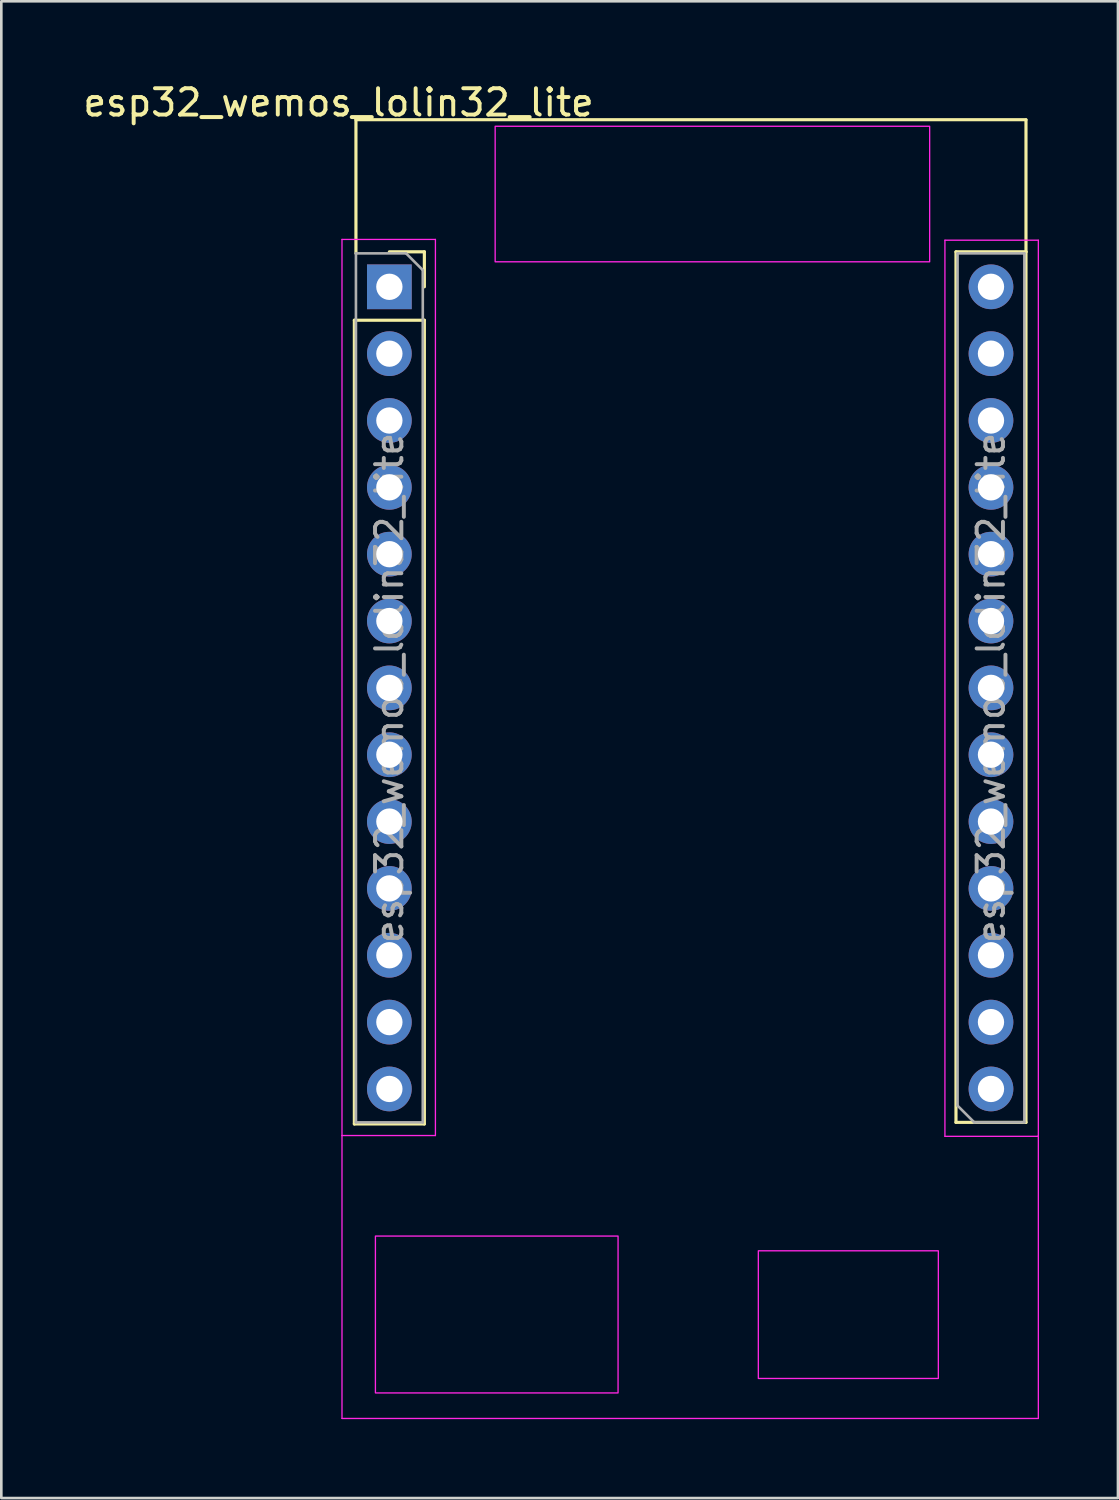
<source format=kicad_pcb>
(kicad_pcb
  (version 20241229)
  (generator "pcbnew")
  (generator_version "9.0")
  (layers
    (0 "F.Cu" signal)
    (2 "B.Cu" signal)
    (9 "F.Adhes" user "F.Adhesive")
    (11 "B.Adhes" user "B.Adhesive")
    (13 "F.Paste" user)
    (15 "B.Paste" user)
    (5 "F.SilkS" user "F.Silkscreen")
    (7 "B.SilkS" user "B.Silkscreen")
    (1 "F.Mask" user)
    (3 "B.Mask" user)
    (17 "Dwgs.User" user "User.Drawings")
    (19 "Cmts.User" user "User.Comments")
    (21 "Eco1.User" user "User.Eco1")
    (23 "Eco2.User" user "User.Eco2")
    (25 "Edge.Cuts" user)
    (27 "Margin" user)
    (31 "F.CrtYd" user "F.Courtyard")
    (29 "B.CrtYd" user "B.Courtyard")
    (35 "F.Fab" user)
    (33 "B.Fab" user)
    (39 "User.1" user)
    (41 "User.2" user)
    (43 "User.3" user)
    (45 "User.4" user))
  (footprint "esp32_wemos_lolin32_lite"
    (layer "F.Cu")
    (at 11.745 7.848)
    (property "Reference" "esp32_wemos_lolin32_lite" (at -1.93 -7 0) (layer "F.SilkS") (effects (font (size 1 1) (thickness 0.15))))
    (attr through_hole)
    (fp_line (start -1.33 1.27) (end -1.33 31.81) (stroke (width 0.12) (type solid)) (layer "F.SilkS"))
    (fp_line (start -1.33 1.27) (end 1.33 1.27) (stroke (width 0.12) (type solid)) (layer "F.SilkS"))
    (fp_line (start -1.33 31.81) (end 1.33 31.81) (stroke (width 0.12) (type solid)) (layer "F.SilkS"))
    (fp_line (start -1.27 -6.35) (end 24.19 -6.35) (stroke (width 0.12) (type solid)) (layer "F.SilkS"))
    (fp_line (start -1.27 -1.27) (end -1.27 -6.35) (stroke (width 0.12) (type solid)) (layer "F.SilkS"))
    (fp_line (start 0 -1.33) (end 1.33 -1.33) (stroke (width 0.12) (type solid)) (layer "F.SilkS"))
    (fp_line (start 1.33 -1.33) (end 1.33 0) (stroke (width 0.12) (type solid)) (layer "F.SilkS"))
    (fp_line (start 1.33 1.27) (end 1.33 31.81) (stroke (width 0.12) (type solid)) (layer "F.SilkS"))
    (fp_line (start 21.53 31.75) (end 21.53 -1.33) (stroke (width 0.12) (type solid)) (layer "F.SilkS"))
    (fp_line (start 24.19 -1.33) (end 21.53 -1.33) (stroke (width 0.12) (type solid)) (layer "F.SilkS"))
    (fp_line (start 24.19 -1.33) (end 24.19 -6.34) (stroke (width 0.12) (type solid)) (layer "F.SilkS"))
    (fp_line (start 24.19 31.75) (end 21.53 31.75) (stroke (width 0.12) (type solid)) (layer "F.SilkS"))
    (fp_line (start 24.19 31.75) (end 24.19 -1.33) (stroke (width 0.12) (type solid)) (layer "F.SilkS"))
    (fp_line (start -1.8 -1.8) (end 1.75 -1.8) (stroke (width 0.05) (type solid)) (layer "F.CrtYd"))
    (fp_line (start -1.8 32.25) (end -1.8 -1.8) (stroke (width 0.05) (type solid)) (layer "F.CrtYd"))
    (fp_line (start -1.8 32.25) (end -1.8 43) (stroke (width 0.05) (type solid)) (layer "F.CrtYd"))
    (fp_line (start -1.8 43) (end 24.66 43) (stroke (width 0.05) (type solid)) (layer "F.CrtYd"))
    (fp_line (start 1.75 -1.8) (end 1.75 32.25) (stroke (width 0.05) (type solid)) (layer "F.CrtYd"))
    (fp_line (start 1.75 32.25) (end -1.8 32.25) (stroke (width 0.05) (type solid)) (layer "F.CrtYd"))
    (fp_line (start 21.11 -1.77) (end 24.66 -1.77) (stroke (width 0.05) (type solid)) (layer "F.CrtYd"))
    (fp_line (start 21.11 32.28) (end 21.11 -1.77) (stroke (width 0.05) (type solid)) (layer "F.CrtYd"))
    (fp_line (start 24.66 -1.77) (end 24.66 32.28) (stroke (width 0.05) (type solid)) (layer "F.CrtYd"))
    (fp_line (start 24.66 32.25) (end 24.66 43) (stroke (width 0.05) (type solid)) (layer "F.CrtYd"))
    (fp_line (start 24.66 32.28) (end 21.11 32.28) (stroke (width 0.05) (type solid)) (layer "F.CrtYd"))
    (fp_rect (start 4.02 -6.1) (end 20.53 -0.95) (stroke (width 0.05) (type solid)) (fill no) (layer "F.CrtYd"))
    (fp_rect (start 8.69 42.03) (end -0.53 36.07) (stroke (width 0.05) (type solid)) (fill no) (layer "F.CrtYd"))
    (fp_rect (start 14.02 36.63) (end 20.86 41.48) (stroke (width 0.05) (type solid)) (fill no) (layer "F.CrtYd"))
    (fp_line (start -1.27 -1.27) (end 0.635 -1.27) (stroke (width 0.1) (type solid)) (layer "F.Fab"))
    (fp_line (start -1.27 31.75) (end -1.27 -1.27) (stroke (width 0.1) (type solid)) (layer "F.Fab"))
    (fp_line (start 0.635 -1.27) (end 1.27 -0.635) (stroke (width 0.1) (type solid)) (layer "F.Fab"))
    (fp_line (start 1.27 -0.635) (end 1.27 31.75) (stroke (width 0.1) (type solid)) (layer "F.Fab"))
    (fp_line (start 1.27 31.75) (end -1.27 31.75) (stroke (width 0.1) (type solid)) (layer "F.Fab"))
    (fp_line (start 21.59 -1.27) (end 24.13 -1.27) (stroke (width 0.1) (type solid)) (layer "F.Fab"))
    (fp_line (start 21.59 31.115) (end 21.59 -1.27) (stroke (width 0.1) (type solid)) (layer "F.Fab"))
    (fp_line (start 22.225 31.75) (end 21.59 31.115) (stroke (width 0.1) (type solid)) (layer "F.Fab"))
    (fp_line (start 24.13 -1.27) (end 24.13 31.75) (stroke (width 0.1) (type solid)) (layer "F.Fab"))
    (fp_line (start 24.13 31.75) (end 22.225 31.75) (stroke (width 0.1) (type solid)) (layer "F.Fab"))
    (fp_text user "${REFERENCE}" (at 22.86 15.24 270) (layer "F.Fab") (effects (font (size 1 1) (thickness 0.15))))
    (fp_text user "${REFERENCE}" (at 0 15.24 90) (layer "F.Fab") (effects (font (size 1 1) (thickness 0.15))))
    (pad "1" thru_hole rect (at 0 0) (size 1.7 1.7) (drill 1) (layers "*.Cu" "*.Mask"))
    (pad "2" thru_hole oval (at 0 2.54) (size 1.7 1.7) (drill 1) (layers "*.Cu" "*.Mask"))
    (pad "3" thru_hole oval (at 0 5.08) (size 1.7 1.7) (drill 1) (layers "*.Cu" "*.Mask"))
    (pad "4" thru_hole oval (at 0 7.62) (size 1.7 1.7) (drill 1) (layers "*.Cu" "*.Mask"))
    (pad "5" thru_hole oval (at 0 10.16) (size 1.7 1.7) (drill 1) (layers "*.Cu" "*.Mask"))
    (pad "6" thru_hole oval (at 0 12.7) (size 1.7 1.7) (drill 1) (layers "*.Cu" "*.Mask"))
    (pad "7" thru_hole oval (at 0 15.24) (size 1.7 1.7) (drill 1) (layers "*.Cu" "*.Mask"))
    (pad "8" thru_hole oval (at 0 17.78) (size 1.7 1.7) (drill 1) (layers "*.Cu" "*.Mask"))
    (pad "9" thru_hole oval (at 0 20.32) (size 1.7 1.7) (drill 1) (layers "*.Cu" "*.Mask"))
    (pad "10" thru_hole oval (at 0 22.86) (size 1.7 1.7) (drill 1) (layers "*.Cu" "*.Mask"))
    (pad "11" thru_hole oval (at 0 25.4) (size 1.7 1.7) (drill 1) (layers "*.Cu" "*.Mask"))
    (pad "12" thru_hole oval (at 0 27.94) (size 1.7 1.7) (drill 1) (layers "*.Cu" "*.Mask"))
    (pad "13" thru_hole oval (at 0 30.48) (size 1.7 1.7) (drill 1) (layers "*.Cu" "*.Mask"))
    (pad "14" thru_hole circle (at 22.86 30.48 180) (size 1.7 1.7) (drill 1) (layers "*.Cu" "*.Mask"))
    (pad "15" thru_hole oval (at 22.86 27.94 180) (size 1.7 1.7) (drill 1) (layers "*.Cu" "*.Mask"))
    (pad "16" thru_hole oval (at 22.86 25.4 180) (size 1.7 1.7) (drill 1) (layers "*.Cu" "*.Mask"))
    (pad "17" thru_hole oval (at 22.86 22.86 180) (size 1.7 1.7) (drill 1) (layers "*.Cu" "*.Mask"))
    (pad "18" thru_hole oval (at 22.86 20.32 180) (size 1.7 1.7) (drill 1) (layers "*.Cu" "*.Mask"))
    (pad "19" thru_hole oval (at 22.86 17.78 180) (size 1.7 1.7) (drill 1) (layers "*.Cu" "*.Mask"))
    (pad "20" thru_hole oval (at 22.86 15.24 180) (size 1.7 1.7) (drill 1) (layers "*.Cu" "*.Mask"))
    (pad "21" thru_hole oval (at 22.86 12.7 180) (size 1.7 1.7) (drill 1) (layers "*.Cu" "*.Mask"))
    (pad "22" thru_hole oval (at 22.86 10.16 180) (size 1.7 1.7) (drill 1) (layers "*.Cu" "*.Mask"))
    (pad "23" thru_hole oval (at 22.86 7.62 180) (size 1.7 1.7) (drill 1) (layers "*.Cu" "*.Mask"))
    (pad "24" thru_hole oval (at 22.86 5.08 180) (size 1.7 1.7) (drill 1) (layers "*.Cu" "*.Mask"))
    (pad "25" thru_hole oval (at 22.86 2.54 180) (size 1.7 1.7) (drill 1) (layers "*.Cu" "*.Mask"))
    (pad "26" thru_hole oval (at 22.86 0 180) (size 1.7 1.7) (drill 1) (layers "*.Cu" "*.Mask")))
  (gr_rect
    (start -3 -3)
    (end 39.43 53.873)
    (stroke (width 0.1) (type default))
    (fill no)
    (layer "Edge.Cuts")))
</source>
